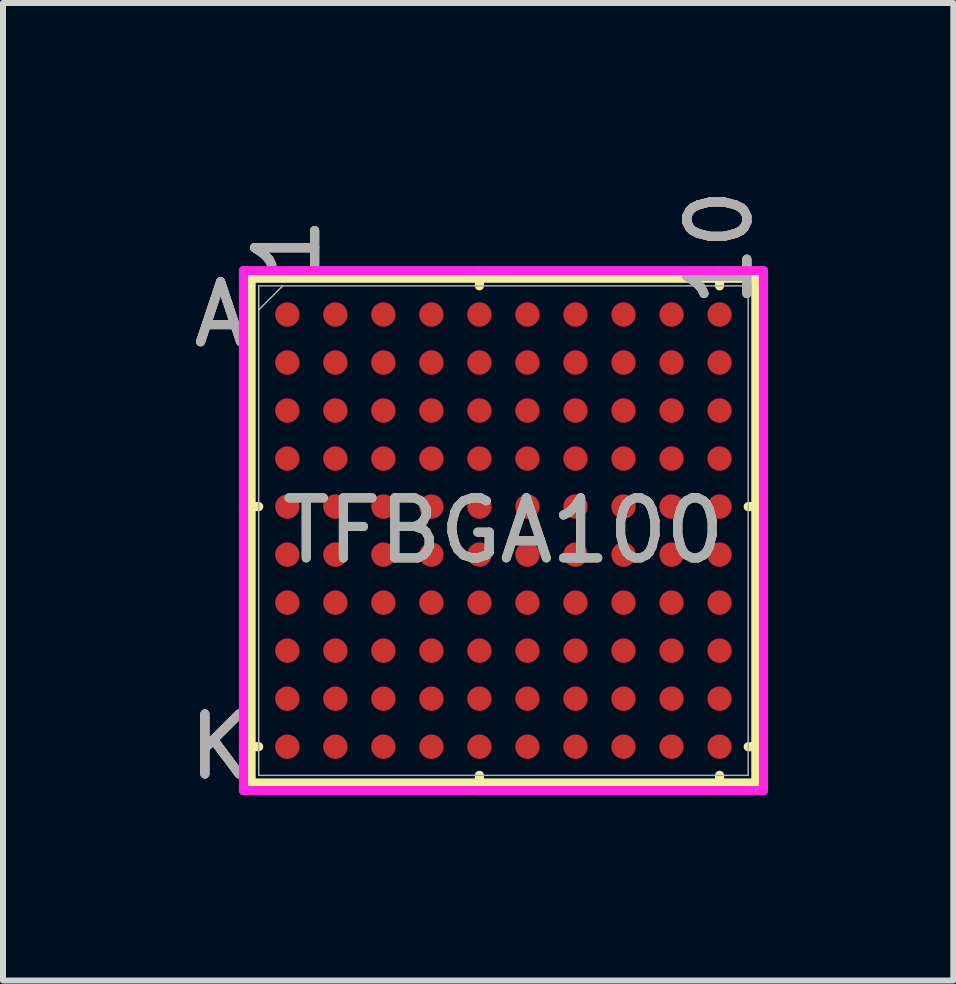
<source format=kicad_pcb>
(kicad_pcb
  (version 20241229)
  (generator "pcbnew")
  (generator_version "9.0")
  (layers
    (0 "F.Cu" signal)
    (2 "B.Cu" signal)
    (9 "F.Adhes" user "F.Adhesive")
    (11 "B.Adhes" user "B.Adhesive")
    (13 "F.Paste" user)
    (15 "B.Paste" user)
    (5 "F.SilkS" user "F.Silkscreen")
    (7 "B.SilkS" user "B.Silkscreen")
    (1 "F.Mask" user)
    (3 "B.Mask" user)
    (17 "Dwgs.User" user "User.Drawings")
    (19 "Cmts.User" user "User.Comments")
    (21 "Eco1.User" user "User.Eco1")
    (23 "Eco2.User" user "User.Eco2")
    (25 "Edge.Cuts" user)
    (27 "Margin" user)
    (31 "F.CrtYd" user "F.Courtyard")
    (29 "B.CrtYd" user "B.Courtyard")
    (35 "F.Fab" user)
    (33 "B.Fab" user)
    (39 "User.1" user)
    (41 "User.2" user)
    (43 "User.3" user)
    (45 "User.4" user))
  (footprint "TFBGA100"
    (layer "F.Cu")
    (at 5.337 5.789)
    (property "Reference" "TFBGA100" (at 0 0 0) (unlocked yes) (layer "F.SilkS") (effects (font (size 1 1) (thickness 0.15))))
    (attr smd)
    (fp_line (start -4.204 -4.204) (end -4.204 4.204) (stroke (width 0.152) (type solid)) (layer "F.SilkS"))
    (fp_line (start -4.204 4.204) (end 4.204 4.204) (stroke (width 0.152) (type solid)) (layer "F.SilkS"))
    (fp_line (start -4.077 -0.4) (end -4.331 -0.4) (stroke (width 0.152) (type solid)) (layer "F.SilkS"))
    (fp_line (start -4.077 3.6) (end -4.331 3.6) (stroke (width 0.152) (type solid)) (layer "F.SilkS"))
    (fp_line (start -0.4 -4.077) (end -0.4 -4.331) (stroke (width 0.152) (type solid)) (layer "F.SilkS"))
    (fp_line (start -0.4 4.077) (end -0.4 4.331) (stroke (width 0.152) (type solid)) (layer "F.SilkS"))
    (fp_line (start 3.6 -4.077) (end 3.6 -4.331) (stroke (width 0.152) (type solid)) (layer "F.SilkS"))
    (fp_line (start 3.6 4.077) (end 3.6 4.331) (stroke (width 0.152) (type solid)) (layer "F.SilkS"))
    (fp_line (start 4.077 -0.4) (end 4.331 -0.4) (stroke (width 0.152) (type solid)) (layer "F.SilkS"))
    (fp_line (start 4.077 3.6) (end 4.331 3.6) (stroke (width 0.152) (type solid)) (layer "F.SilkS"))
    (fp_line (start 4.204 -4.204) (end -4.204 -4.204) (stroke (width 0.152) (type solid)) (layer "F.SilkS"))
    (fp_line (start 4.204 4.204) (end 4.204 -4.204) (stroke (width 0.152) (type solid)) (layer "F.SilkS"))
    (fp_poly (pts (xy -4.444 -4.444) (xy 4.444 -4.444) (xy 4.444 4.444) (xy -4.444 4.444)) (stroke (width 0.1) (type solid)) (fill no) (layer "Eco2.User"))
    (fp_line (start -4.331 -4.331) (end 4.331 -4.331) (stroke (width 0.152) (type solid)) (layer "F.CrtYd"))
    (fp_line (start -4.331 4.331) (end -4.331 -4.331) (stroke (width 0.152) (type solid)) (layer "F.CrtYd"))
    (fp_line (start 4.331 -4.331) (end 4.331 4.331) (stroke (width 0.152) (type solid)) (layer "F.CrtYd"))
    (fp_line (start 4.331 4.331) (end -4.331 4.331) (stroke (width 0.152) (type solid)) (layer "F.CrtYd"))
    (fp_line (start -4.077 -4.077) (end -4.077 4.077) (stroke (width 0.025) (type solid)) (layer "F.Fab"))
    (fp_line (start -4.077 4.077) (end 4.077 4.077) (stroke (width 0.025) (type solid)) (layer "F.Fab"))
    (fp_line (start -3.677 -4.077) (end -4.077 -3.677) (stroke (width 0.025) (type solid)) (layer "F.Fab"))
    (fp_line (start 4.077 -4.077) (end -4.077 -4.077) (stroke (width 0.025) (type solid)) (layer "F.Fab"))
    (fp_line (start 4.077 4.077) (end 4.077 -4.077) (stroke (width 0.025) (type solid)) (layer "F.Fab"))
    (fp_text user "1" (at -3.6 -4.712 90) (unlocked yes) (layer "F.SilkS") (effects (font (size 1 1) (thickness 0.15))))
    (fp_text user "K" (at -4.712 3.6 0) (unlocked yes) (layer "F.SilkS") (effects (font (size 1 1) (thickness 0.15))))
    (fp_text user "A" (at -4.712 -3.6 0) (unlocked yes) (layer "F.SilkS") (effects (font (size 1 1) (thickness 0.15))))
    (fp_text user "10" (at 3.6 -4.712 90) (unlocked yes) (layer "F.SilkS") (effects (font (size 1 1) (thickness 0.15))))
    (fp_text user "A" (at -4.712 -3.6 0) (unlocked yes) (layer "B.SilkS") (effects (font (size 1 1) (thickness 0.15))))
    (fp_text user "1" (at -3.6 -4.712 90) (unlocked yes) (layer "B.SilkS") (effects (font (size 1 1) (thickness 0.15))))
    (fp_text user "10" (at 3.6 -4.712 90) (unlocked yes) (layer "B.SilkS") (effects (font (size 1 1) (thickness 0.15))))
    (fp_text user "K" (at -4.712 3.6 0) (unlocked yes) (layer "B.SilkS") (effects (font (size 1 1) (thickness 0.15))))
    (fp_text user "${REFERENCE}" (at 0 0 0) (unlocked yes) (layer "F.Fab") (effects (font (size 1 1) (thickness 0.15))))
    (fp_text user "1" (at -3.6 -4.712 90) (unlocked yes) (layer "F.Fab") (effects (font (size 1 1) (thickness 0.15))))
    (fp_text user "A" (at -4.712 -3.6 0) (unlocked yes) (layer "F.Fab") (effects (font (size 1 1) (thickness 0.15))))
    (fp_text user "10" (at 3.6 -4.712 90) (unlocked yes) (layer "F.Fab") (effects (font (size 1 1) (thickness 0.15))))
    (fp_text user "K" (at -4.712 3.6 0) (unlocked yes) (layer "F.Fab") (effects (font (size 1 1) (thickness 0.15))))
    (pad "A1" smd circle (at -3.6 -3.6) (size 0.406 0.406) (layers "F.Cu" "F.Mask" "F.Paste"))
    (pad "A2" smd circle (at -2.8 -3.6) (size 0.406 0.406) (layers "F.Cu" "F.Mask" "F.Paste"))
    (pad "A3" smd circle (at -2 -3.6) (size 0.406 0.406) (layers "F.Cu" "F.Mask" "F.Paste"))
    (pad "A4" smd circle (at -1.2 -3.6) (size 0.406 0.406) (layers "F.Cu" "F.Mask" "F.Paste"))
    (pad "A5" smd circle (at -0.4 -3.6) (size 0.406 0.406) (layers "F.Cu" "F.Mask" "F.Paste"))
    (pad "A6" smd circle (at 0.4 -3.6) (size 0.406 0.406) (layers "F.Cu" "F.Mask" "F.Paste"))
    (pad "A7" smd circle (at 1.2 -3.6) (size 0.406 0.406) (layers "F.Cu" "F.Mask" "F.Paste"))
    (pad "A8" smd circle (at 2 -3.6) (size 0.406 0.406) (layers "F.Cu" "F.Mask" "F.Paste"))
    (pad "A9" smd circle (at 2.8 -3.6) (size 0.406 0.406) (layers "F.Cu" "F.Mask" "F.Paste"))
    (pad "A10" smd circle (at 3.6 -3.6) (size 0.406 0.406) (layers "F.Cu" "F.Mask" "F.Paste"))
    (pad "B1" smd circle (at -3.6 -2.8) (size 0.406 0.406) (layers "F.Cu" "F.Mask" "F.Paste"))
    (pad "B2" smd circle (at -2.8 -2.8) (size 0.406 0.406) (layers "F.Cu" "F.Mask" "F.Paste"))
    (pad "B3" smd circle (at -2 -2.8) (size 0.406 0.406) (layers "F.Cu" "F.Mask" "F.Paste"))
    (pad "B4" smd circle (at -1.2 -2.8) (size 0.406 0.406) (layers "F.Cu" "F.Mask" "F.Paste"))
    (pad "B5" smd circle (at -0.4 -2.8) (size 0.406 0.406) (layers "F.Cu" "F.Mask" "F.Paste"))
    (pad "B6" smd circle (at 0.4 -2.8) (size 0.406 0.406) (layers "F.Cu" "F.Mask" "F.Paste"))
    (pad "B7" smd circle (at 1.2 -2.8) (size 0.406 0.406) (layers "F.Cu" "F.Mask" "F.Paste"))
    (pad "B8" smd circle (at 2 -2.8) (size 0.406 0.406) (layers "F.Cu" "F.Mask" "F.Paste"))
    (pad "B9" smd circle (at 2.8 -2.8) (size 0.406 0.406) (layers "F.Cu" "F.Mask" "F.Paste"))
    (pad "B10" smd circle (at 3.6 -2.8) (size 0.406 0.406) (layers "F.Cu" "F.Mask" "F.Paste"))
    (pad "C1" smd circle (at -3.6 -2) (size 0.406 0.406) (layers "F.Cu" "F.Mask" "F.Paste"))
    (pad "C2" smd circle (at -2.8 -2) (size 0.406 0.406) (layers "F.Cu" "F.Mask" "F.Paste"))
    (pad "C3" smd circle (at -2 -2) (size 0.406 0.406) (layers "F.Cu" "F.Mask" "F.Paste"))
    (pad "C4" smd circle (at -1.2 -2) (size 0.406 0.406) (layers "F.Cu" "F.Mask" "F.Paste"))
    (pad "C5" smd circle (at -0.4 -2) (size 0.406 0.406) (layers "F.Cu" "F.Mask" "F.Paste"))
    (pad "C6" smd circle (at 0.4 -2) (size 0.406 0.406) (layers "F.Cu" "F.Mask" "F.Paste"))
    (pad "C7" smd circle (at 1.2 -2) (size 0.406 0.406) (layers "F.Cu" "F.Mask" "F.Paste"))
    (pad "C8" smd circle (at 2 -2) (size 0.406 0.406) (layers "F.Cu" "F.Mask" "F.Paste"))
    (pad "C9" smd circle (at 2.8 -2) (size 0.406 0.406) (layers "F.Cu" "F.Mask" "F.Paste"))
    (pad "C10" smd circle (at 3.6 -2) (size 0.406 0.406) (layers "F.Cu" "F.Mask" "F.Paste"))
    (pad "D1" smd circle (at -3.6 -1.2) (size 0.406 0.406) (layers "F.Cu" "F.Mask" "F.Paste"))
    (pad "D2" smd circle (at -2.8 -1.2) (size 0.406 0.406) (layers "F.Cu" "F.Mask" "F.Paste"))
    (pad "D3" smd circle (at -2 -1.2) (size 0.406 0.406) (layers "F.Cu" "F.Mask" "F.Paste"))
    (pad "D4" smd circle (at -1.2 -1.2) (size 0.406 0.406) (layers "F.Cu" "F.Mask" "F.Paste"))
    (pad "D5" smd circle (at -0.4 -1.2) (size 0.406 0.406) (layers "F.Cu" "F.Mask" "F.Paste"))
    (pad "D6" smd circle (at 0.4 -1.2) (size 0.406 0.406) (layers "F.Cu" "F.Mask" "F.Paste"))
    (pad "D7" smd circle (at 1.2 -1.2) (size 0.406 0.406) (layers "F.Cu" "F.Mask" "F.Paste"))
    (pad "D8" smd circle (at 2 -1.2) (size 0.406 0.406) (layers "F.Cu" "F.Mask" "F.Paste"))
    (pad "D9" smd circle (at 2.8 -1.2) (size 0.406 0.406) (layers "F.Cu" "F.Mask" "F.Paste"))
    (pad "D10" smd circle (at 3.6 -1.2) (size 0.406 0.406) (layers "F.Cu" "F.Mask" "F.Paste"))
    (pad "E1" smd circle (at -3.6 -0.4) (size 0.406 0.406) (layers "F.Cu" "F.Mask" "F.Paste"))
    (pad "E2" smd circle (at -2.8 -0.4) (size 0.406 0.406) (layers "F.Cu" "F.Mask" "F.Paste"))
    (pad "E3" smd circle (at -2 -0.4) (size 0.406 0.406) (layers "F.Cu" "F.Mask" "F.Paste"))
    (pad "E4" smd circle (at -1.2 -0.4) (size 0.406 0.406) (layers "F.Cu" "F.Mask" "F.Paste"))
    (pad "E5" smd circle (at -0.4 -0.4) (size 0.406 0.406) (layers "F.Cu" "F.Mask" "F.Paste"))
    (pad "E6" smd circle (at 0.4 -0.4) (size 0.406 0.406) (layers "F.Cu" "F.Mask" "F.Paste"))
    (pad "E7" smd circle (at 1.2 -0.4) (size 0.406 0.406) (layers "F.Cu" "F.Mask" "F.Paste"))
    (pad "E8" smd circle (at 2 -0.4) (size 0.406 0.406) (layers "F.Cu" "F.Mask" "F.Paste"))
    (pad "E9" smd circle (at 2.8 -0.4) (size 0.406 0.406) (layers "F.Cu" "F.Mask" "F.Paste"))
    (pad "E10" smd circle (at 3.6 -0.4) (size 0.406 0.406) (layers "F.Cu" "F.Mask" "F.Paste"))
    (pad "F1" smd circle (at -3.6 0.4) (size 0.406 0.406) (layers "F.Cu" "F.Mask" "F.Paste"))
    (pad "F2" smd circle (at -2.8 0.4) (size 0.406 0.406) (layers "F.Cu" "F.Mask" "F.Paste"))
    (pad "F3" smd circle (at -2 0.4) (size 0.406 0.406) (layers "F.Cu" "F.Mask" "F.Paste"))
    (pad "F4" smd circle (at -1.2 0.4) (size 0.406 0.406) (layers "F.Cu" "F.Mask" "F.Paste"))
    (pad "F5" smd circle (at -0.4 0.4) (size 0.406 0.406) (layers "F.Cu" "F.Mask" "F.Paste"))
    (pad "F6" smd circle (at 0.4 0.4) (size 0.406 0.406) (layers "F.Cu" "F.Mask" "F.Paste"))
    (pad "F7" smd circle (at 1.2 0.4) (size 0.406 0.406) (layers "F.Cu" "F.Mask" "F.Paste"))
    (pad "F8" smd circle (at 2 0.4) (size 0.406 0.406) (layers "F.Cu" "F.Mask" "F.Paste"))
    (pad "F9" smd circle (at 2.8 0.4) (size 0.406 0.406) (layers "F.Cu" "F.Mask" "F.Paste"))
    (pad "F10" smd circle (at 3.6 0.4) (size 0.406 0.406) (layers "F.Cu" "F.Mask" "F.Paste"))
    (pad "G1" smd circle (at -3.6 1.2) (size 0.406 0.406) (layers "F.Cu" "F.Mask" "F.Paste"))
    (pad "G2" smd circle (at -2.8 1.2) (size 0.406 0.406) (layers "F.Cu" "F.Mask" "F.Paste"))
    (pad "G3" smd circle (at -2 1.2) (size 0.406 0.406) (layers "F.Cu" "F.Mask" "F.Paste"))
    (pad "G4" smd circle (at -1.2 1.2) (size 0.406 0.406) (layers "F.Cu" "F.Mask" "F.Paste"))
    (pad "G5" smd circle (at -0.4 1.2) (size 0.406 0.406) (layers "F.Cu" "F.Mask" "F.Paste"))
    (pad "G6" smd circle (at 0.4 1.2) (size 0.406 0.406) (layers "F.Cu" "F.Mask" "F.Paste"))
    (pad "G7" smd circle (at 1.2 1.2) (size 0.406 0.406) (layers "F.Cu" "F.Mask" "F.Paste"))
    (pad "G8" smd circle (at 2 1.2) (size 0.406 0.406) (layers "F.Cu" "F.Mask" "F.Paste"))
    (pad "G9" smd circle (at 2.8 1.2) (size 0.406 0.406) (layers "F.Cu" "F.Mask" "F.Paste"))
    (pad "G10" smd circle (at 3.6 1.2) (size 0.406 0.406) (layers "F.Cu" "F.Mask" "F.Paste"))
    (pad "H1" smd circle (at -3.6 2) (size 0.406 0.406) (layers "F.Cu" "F.Mask" "F.Paste"))
    (pad "H2" smd circle (at -2.8 2) (size 0.406 0.406) (layers "F.Cu" "F.Mask" "F.Paste"))
    (pad "H3" smd circle (at -2 2) (size 0.406 0.406) (layers "F.Cu" "F.Mask" "F.Paste"))
    (pad "H4" smd circle (at -1.2 2) (size 0.406 0.406) (layers "F.Cu" "F.Mask" "F.Paste"))
    (pad "H5" smd circle (at -0.4 2) (size 0.406 0.406) (layers "F.Cu" "F.Mask" "F.Paste"))
    (pad "H6" smd circle (at 0.4 2) (size 0.406 0.406) (layers "F.Cu" "F.Mask" "F.Paste"))
    (pad "H7" smd circle (at 1.2 2) (size 0.406 0.406) (layers "F.Cu" "F.Mask" "F.Paste"))
    (pad "H8" smd circle (at 2 2) (size 0.406 0.406) (layers "F.Cu" "F.Mask" "F.Paste"))
    (pad "H9" smd circle (at 2.8 2) (size 0.406 0.406) (layers "F.Cu" "F.Mask" "F.Paste"))
    (pad "H10" smd circle (at 3.6 2) (size 0.406 0.406) (layers "F.Cu" "F.Mask" "F.Paste"))
    (pad "J1" smd circle (at -3.6 2.8) (size 0.406 0.406) (layers "F.Cu" "F.Mask" "F.Paste"))
    (pad "J2" smd circle (at -2.8 2.8) (size 0.406 0.406) (layers "F.Cu" "F.Mask" "F.Paste"))
    (pad "J3" smd circle (at -2 2.8) (size 0.406 0.406) (layers "F.Cu" "F.Mask" "F.Paste"))
    (pad "J4" smd circle (at -1.2 2.8) (size 0.406 0.406) (layers "F.Cu" "F.Mask" "F.Paste"))
    (pad "J5" smd circle (at -0.4 2.8) (size 0.406 0.406) (layers "F.Cu" "F.Mask" "F.Paste"))
    (pad "J6" smd circle (at 0.4 2.8) (size 0.406 0.406) (layers "F.Cu" "F.Mask" "F.Paste"))
    (pad "J7" smd circle (at 1.2 2.8) (size 0.406 0.406) (layers "F.Cu" "F.Mask" "F.Paste"))
    (pad "J8" smd circle (at 2 2.8) (size 0.406 0.406) (layers "F.Cu" "F.Mask" "F.Paste"))
    (pad "J9" smd circle (at 2.8 2.8) (size 0.406 0.406) (layers "F.Cu" "F.Mask" "F.Paste"))
    (pad "J10" smd circle (at 3.6 2.8) (size 0.406 0.406) (layers "F.Cu" "F.Mask" "F.Paste"))
    (pad "K1" smd circle (at -3.6 3.6) (size 0.406 0.406) (layers "F.Cu" "F.Mask" "F.Paste"))
    (pad "K2" smd circle (at -2.8 3.6) (size 0.406 0.406) (layers "F.Cu" "F.Mask" "F.Paste"))
    (pad "K3" smd circle (at -2 3.6) (size 0.406 0.406) (layers "F.Cu" "F.Mask" "F.Paste"))
    (pad "K4" smd circle (at -1.2 3.6) (size 0.406 0.406) (layers "F.Cu" "F.Mask" "F.Paste"))
    (pad "K5" smd circle (at -0.4 3.6) (size 0.406 0.406) (layers "F.Cu" "F.Mask" "F.Paste"))
    (pad "K6" smd circle (at 0.4 3.6) (size 0.406 0.406) (layers "F.Cu" "F.Mask" "F.Paste"))
    (pad "K7" smd circle (at 1.2 3.6) (size 0.406 0.406) (layers "F.Cu" "F.Mask" "F.Paste"))
    (pad "K8" smd circle (at 2 3.6) (size 0.406 0.406) (layers "F.Cu" "F.Mask" "F.Paste"))
    (pad "K9" smd circle (at 2.8 3.6) (size 0.406 0.406) (layers "F.Cu" "F.Mask" "F.Paste"))
    (pad "K10" smd circle (at 3.6 3.6) (size 0.406 0.406) (layers "F.Cu" "F.Mask" "F.Paste")))
  (gr_rect
    (start -3 -3)
    (end 12.831 13.284)
    (stroke (width 0.1) (type default))
    (fill no)
    (layer "Edge.Cuts")))
</source>
